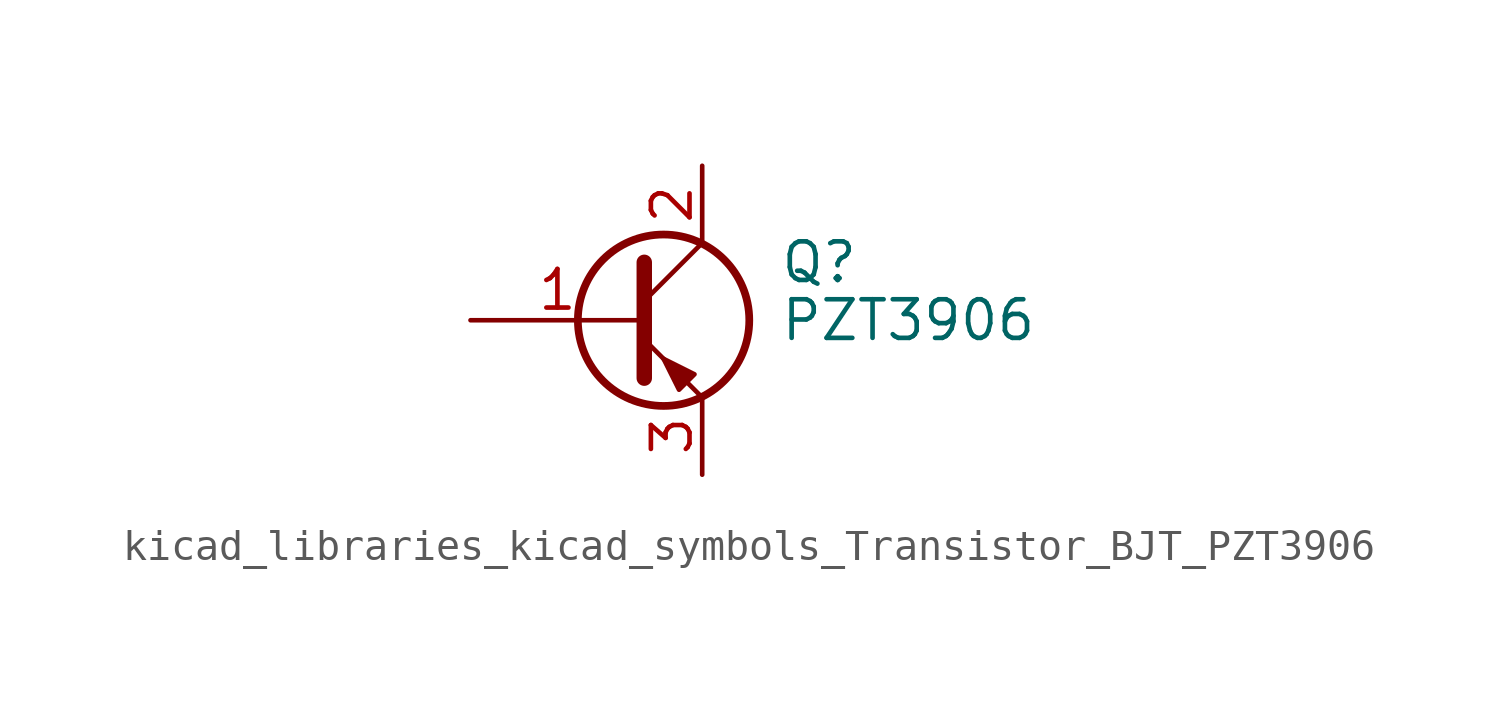
<source format=kicad_sym>
(kicad_symbol_lib
  (version 20220914)
  (generator kicad_symbol_editor)
  (symbol "kicad_libraries_kicad_symbols_Transistor_BJT_PZT3906"
    (pin_names
      (offset 0) hide)
    (property "Reference" "Q"
      (at 5.08 1.905 0)
      (effects (font (size 1.27 1.27)) (justify left)))
    (property "Value" "PZT3906"
      (at 5.08 0 0)
      (effects (font (size 1.27 1.27)) (justify left)))
    (symbol "kicad_libraries_kicad_symbols_Transistor_BJT_PZT3906_0_1"
      (polyline (pts (xy 0.635 0.635) (xy 2.54 2.54)) (stroke (width 0) (type default)) (fill (type none)))
      (polyline (pts (xy 0.635 -0.635) (xy 2.54 -2.54) (xy 2.54 -2.54)) (stroke (width 0) (type default)) (fill (type none)))
      (polyline (pts (xy 0.635 1.905) (xy 0.635 -1.905) (xy 0.635 -1.905)) (stroke (width 0.508) (type default)) (fill (type none)))
      (polyline (pts (xy 2.286 -1.778) (xy 1.778 -2.286) (xy 1.27 -1.27) (xy 2.286 -1.778) (xy 2.286 -1.778)) (stroke (width 0) (type default)) (fill (type outline)))
      (circle (center 1.27 0) (radius 2.819) (stroke (width 0.254) (type default)) (fill (type none))))
    (symbol "kicad_libraries_kicad_symbols_Transistor_BJT_PZT3906_1_1"
      (pin input line (at -5.08 0 0) (length 5.715) (name "B" (effects (font (size 1.27 1.27)))) (number "1" (effects (font (size 1.27 1.27)))))
      (pin passive line (at 2.54 5.08 270) (length 2.54) (name "C" (effects (font (size 1.27 1.27)))) (number "2" (effects (font (size 1.27 1.27)))))
      (pin passive line (at 2.54 -5.08 90) (length 2.54) (name "E" (effects (font (size 1.27 1.27)))) (number "3" (effects (font (size 1.27 1.27)))))
      (pin passive line (at 2.54 5.08 270) (length 2.54) hide (name "C" (effects (font (size 1.27 1.27)))) (number "4" (effects (font (size 1.27 1.27))))))))
</source>
